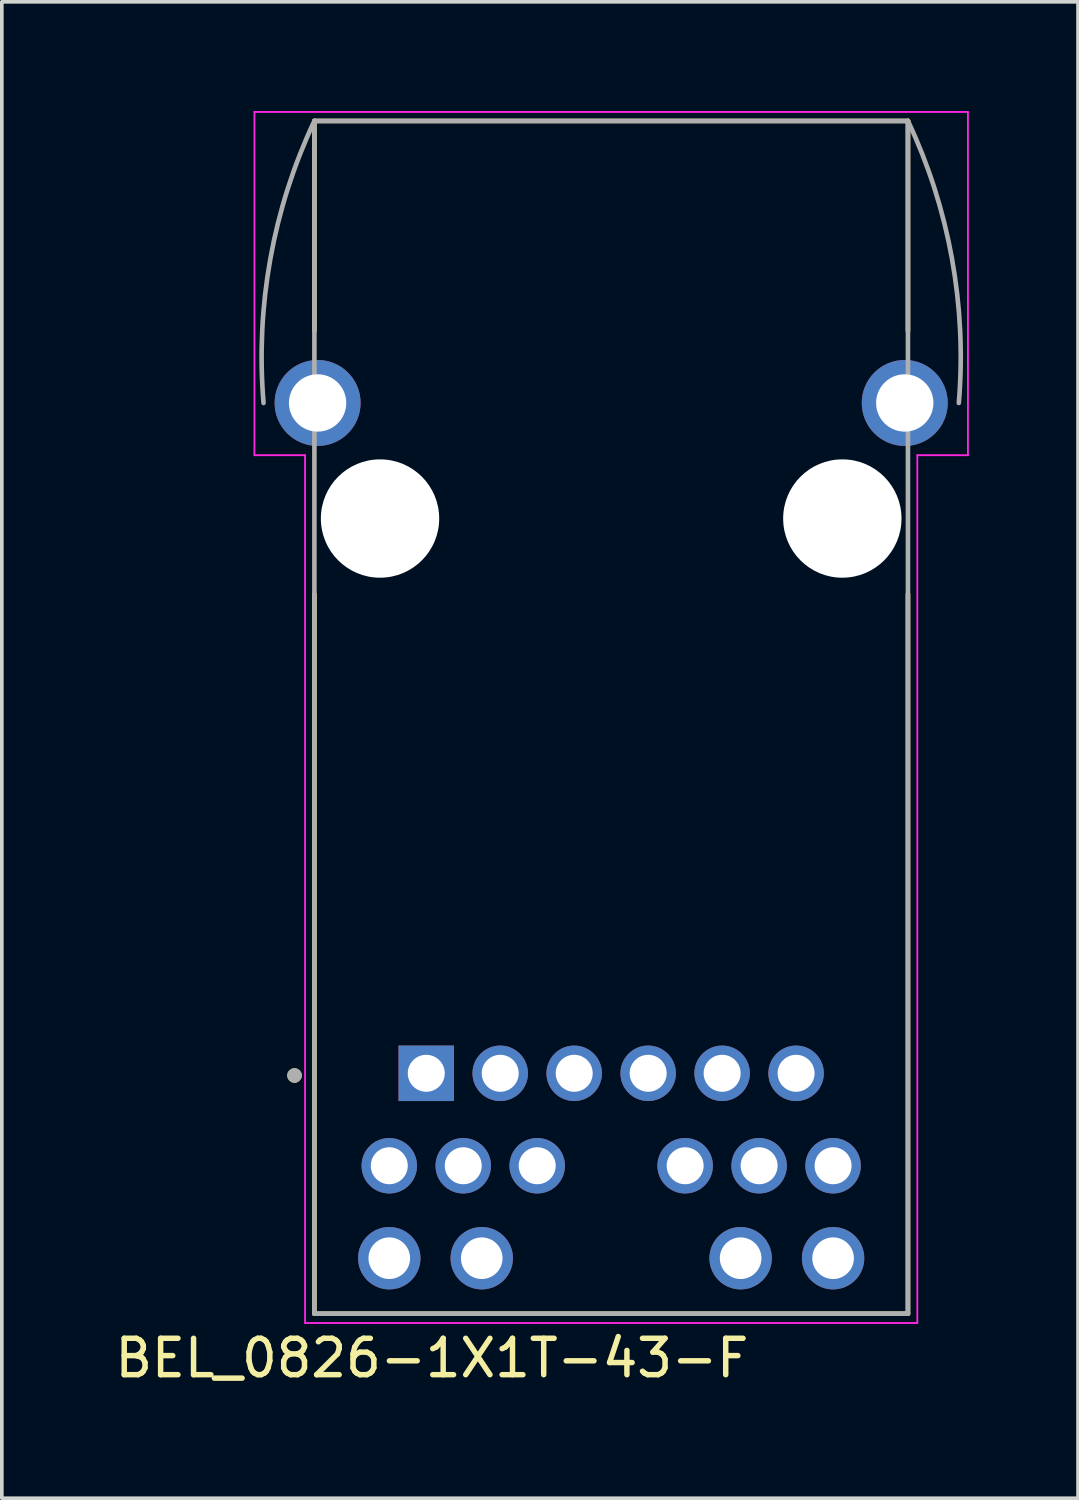
<source format=kicad_pcb>
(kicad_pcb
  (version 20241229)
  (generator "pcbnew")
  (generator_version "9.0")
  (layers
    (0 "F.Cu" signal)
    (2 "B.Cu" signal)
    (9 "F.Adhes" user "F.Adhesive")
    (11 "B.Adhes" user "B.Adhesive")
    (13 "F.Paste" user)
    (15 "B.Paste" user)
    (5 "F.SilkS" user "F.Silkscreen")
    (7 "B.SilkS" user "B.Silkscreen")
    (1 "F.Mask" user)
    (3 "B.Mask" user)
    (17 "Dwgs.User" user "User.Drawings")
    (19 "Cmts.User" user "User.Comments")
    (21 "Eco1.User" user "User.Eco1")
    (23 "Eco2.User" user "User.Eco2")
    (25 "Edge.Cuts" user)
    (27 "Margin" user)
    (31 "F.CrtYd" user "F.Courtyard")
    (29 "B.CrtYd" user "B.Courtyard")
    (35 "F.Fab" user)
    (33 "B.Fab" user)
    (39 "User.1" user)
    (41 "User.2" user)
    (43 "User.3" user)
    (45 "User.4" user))
  (footprint "BEL_0826-1X1T-43-F"
    (layer "F.Cu")
    (at 13.74 11.195)
    (property "Reference" "BEL_0826-1X1T-43-F" (at -4.925 23.065 0) (layer "F.SilkS") (effects (font (size 1 1) (thickness 0.15))))
    (attr through_hole)
    (fp_line (start -8.153 -5.156) (end -8.153 -10.922) (stroke (width 0.127) (type solid)) (layer "F.SilkS"))
    (fp_line (start -8.153 21.844) (end -8.153 2.078) (stroke (width 0.127) (type solid)) (layer "F.SilkS"))
    (fp_line (start -8.153 21.844) (end 8.153 21.844) (stroke (width 0.127) (type solid)) (layer "F.SilkS"))
    (fp_line (start 8.153 -10.922) (end -8.153 -10.922) (stroke (width 0.127) (type solid)) (layer "F.SilkS"))
    (fp_line (start 8.153 -5.156) (end 8.153 -10.922) (stroke (width 0.127) (type solid)) (layer "F.SilkS"))
    (fp_line (start 8.153 21.844) (end 8.153 2.078) (stroke (width 0.127) (type solid)) (layer "F.SilkS"))
    (fp_circle (center -8.7 15.3) (end -8.6 15.3) (stroke (width 0.2) (type solid)) (fill no) (layer "F.SilkS"))
    (fp_line (start -9.8 -11.17) (end 9.8 -11.17) (stroke (width 0.05) (type solid)) (layer "F.CrtYd"))
    (fp_line (start -9.8 -1.74) (end -9.8 -11.17) (stroke (width 0.05) (type solid)) (layer "F.CrtYd"))
    (fp_line (start -8.41 -1.74) (end -9.8 -1.74) (stroke (width 0.05) (type solid)) (layer "F.CrtYd"))
    (fp_line (start -8.41 22.1) (end -8.41 -1.74) (stroke (width 0.05) (type solid)) (layer "F.CrtYd"))
    (fp_line (start 8.41 -1.74) (end 8.41 22.1) (stroke (width 0.05) (type solid)) (layer "F.CrtYd"))
    (fp_line (start 8.41 22.1) (end -8.41 22.1) (stroke (width 0.05) (type solid)) (layer "F.CrtYd"))
    (fp_line (start 9.8 -11.17) (end 9.8 -1.74) (stroke (width 0.05) (type solid)) (layer "F.CrtYd"))
    (fp_line (start 9.8 -1.74) (end 8.41 -1.74) (stroke (width 0.05) (type solid)) (layer "F.CrtYd"))
    (fp_line (start -8.153 -10.922) (end -8.153 21.844) (stroke (width 0.127) (type solid)) (layer "F.Fab"))
    (fp_line (start -8.153 21.844) (end 8.153 21.844) (stroke (width 0.127) (type solid)) (layer "F.Fab"))
    (fp_line (start 8.153 -10.922) (end -8.153 -10.922) (stroke (width 0.127) (type solid)) (layer "F.Fab"))
    (fp_line (start 8.153 21.844) (end 8.153 -10.922) (stroke (width 0.127) (type solid)) (layer "F.Fab"))
    (fp_arc (start -9.5504 -3.175) (mid -9.361856 -7.140459) (end -8.1534 -10.922) (stroke (width 0.127) (type solid)) (layer "F.Fab"))
    (fp_arc (start 8.1534 -10.922) (mid 9.361856 -7.140459) (end 9.5504 -3.175) (stroke (width 0.127) (type solid)) (layer "F.Fab"))
    (fp_circle (center -8.7 15.3) (end -8.6 15.3) (stroke (width 0.2) (type solid)) (fill no) (layer "F.Fab"))
    (pad "" np_thru_hole circle (at -6.35 0) (size 3.251 3.251) (drill 3.251) (layers "*.Cu" "*.Mask"))
    (pad "" np_thru_hole circle (at 6.35 0) (size 3.251 3.251) (drill 3.251) (layers "*.Cu" "*.Mask"))
    (pad "1" thru_hole rect (at -5.08 15.24) (size 1.524 1.524) (drill 1.016) (layers "*.Cu" "*.Mask"))
    (pad "2" thru_hole circle (at -3.048 15.24) (size 1.524 1.524) (drill 1.016) (layers "*.Cu" "*.Mask"))
    (pad "3" thru_hole circle (at -1.016 15.24) (size 1.524 1.524) (drill 1.016) (layers "*.Cu" "*.Mask"))
    (pad "4" thru_hole circle (at 1.016 15.24) (size 1.524 1.524) (drill 1.016) (layers "*.Cu" "*.Mask"))
    (pad "5" thru_hole circle (at 3.048 15.24) (size 1.524 1.524) (drill 1.016) (layers "*.Cu" "*.Mask"))
    (pad "6" thru_hole circle (at 5.08 15.24) (size 1.524 1.524) (drill 1.016) (layers "*.Cu" "*.Mask"))
    (pad "7" thru_hole circle (at -6.096 17.78) (size 1.524 1.524) (drill 1.016) (layers "*.Cu" "*.Mask"))
    (pad "8" thru_hole circle (at -4.064 17.78) (size 1.524 1.524) (drill 1.016) (layers "*.Cu" "*.Mask"))
    (pad "9" thru_hole circle (at -2.032 17.78) (size 1.524 1.524) (drill 1.016) (layers "*.Cu" "*.Mask"))
    (pad "10" thru_hole circle (at 2.032 17.78) (size 1.524 1.524) (drill 1.016) (layers "*.Cu" "*.Mask"))
    (pad "11" thru_hole circle (at 4.064 17.78) (size 1.524 1.524) (drill 1.016) (layers "*.Cu" "*.Mask"))
    (pad "12" thru_hole circle (at 6.096 17.78) (size 1.524 1.524) (drill 1.016) (layers "*.Cu" "*.Mask"))
    (pad "13" thru_hole circle (at -6.096 20.32) (size 1.714 1.714) (drill 1.143) (layers "*.Cu" "*.Mask"))
    (pad "14" thru_hole circle (at -3.556 20.32) (size 1.714 1.714) (drill 1.143) (layers "*.Cu" "*.Mask"))
    (pad "15" thru_hole circle (at 3.556 20.32) (size 1.714 1.714) (drill 1.143) (layers "*.Cu" "*.Mask"))
    (pad "16" thru_hole circle (at 6.096 20.32) (size 1.714 1.714) (drill 1.143) (layers "*.Cu" "*.Mask"))
    (pad "S1" thru_hole circle (at -8.065 -3.175) (size 2.362 2.362) (drill 1.575) (layers "*.Cu" "*.Mask"))
    (pad "S2" thru_hole circle (at 8.065 -3.175) (size 2.362 2.362) (drill 1.575) (layers "*.Cu" "*.Mask"))
    (zone (net_name "") (layer "F.Cu") (hatch full 0.508) (connect_pads) (min_thickness 0.01) (filled_areas_thickness no) (keepout (tracks not_allowed) (vias not_allowed) (pads not_allowed) (copperpour not_allowed) (footprints allowed)) (placement (enabled no)) (fill) (polygon (pts (xy 4.825 24.784) (xy 7.187 24.784) (xy 7.187 31.261) (xy 4.825 31.261))))
    (zone (net_name "") (layer "F.Cu") (hatch full 0.508) (connect_pads) (min_thickness 0.01) (filled_areas_thickness no) (keepout (tracks not_allowed) (vias not_allowed) (pads not_allowed) (copperpour not_allowed) (footprints allowed)) (placement (enabled no)) (fill) (polygon (pts (xy 20.294 24.784) (xy 22.656 24.784) (xy 22.656 31.261) (xy 20.294 31.261))))
    (zone (net_name "") (layer "F.Cu") (hatch full 0.508) (connect_pads) (min_thickness 0.01) (filled_areas_thickness no) (keepout (tracks not_allowed) (vias not_allowed) (pads not_allowed) (copperpour not_allowed) (footprints allowed)) (placement (enabled no)) (fill) (polygon (pts (xy 4.825 7.182) (xy 7.746 7.182) (xy 7.746 3.321) (xy 19.735 3.321) (xy 19.735 7.182) (xy 22.656 7.182) (xy 22.656 0.273) (xy 4.825 0.273))))
    (zone (net_name "") (layers "F.Cu" "B.Cu") (hatch full 0.508) (connect_pads) (min_thickness 0.01) (filled_areas_thickness no) (keepout (tracks allowed) (vias not_allowed) (pads allowed) (copperpour allowed) (footprints allowed)) (placement (enabled no)) (fill) (polygon (pts (xy 4.825 24.784) (xy 7.187 24.784) (xy 7.187 31.261) (xy 4.825 31.261))))
    (zone (net_name "") (layers "F.Cu" "B.Cu") (hatch full 0.508) (connect_pads) (min_thickness 0.01) (filled_areas_thickness no) (keepout (tracks allowed) (vias not_allowed) (pads allowed) (copperpour allowed) (footprints allowed)) (placement (enabled no)) (fill) (polygon (pts (xy 20.294 24.784) (xy 22.656 24.784) (xy 22.656 31.261) (xy 20.294 31.261))))
    (zone (net_name "") (layers "F.Cu" "B.Cu") (hatch full 0.508) (connect_pads) (min_thickness 0.01) (filled_areas_thickness no) (keepout (tracks allowed) (vias not_allowed) (pads allowed) (copperpour allowed) (footprints allowed)) (placement (enabled no)) (fill) (polygon (pts (xy 4.825 7.182) (xy 7.746 7.182) (xy 7.746 3.321) (xy 19.735 3.321) (xy 19.735 7.182) (xy 22.656 7.182) (xy 22.656 0.273) (xy 4.825 0.273)))))
  (gr_rect
    (start -3 -3)
    (end 26.565 38.108)
    (stroke (width 0.1) (type default))
    (fill no)
    (layer "Edge.Cuts")))
</source>
